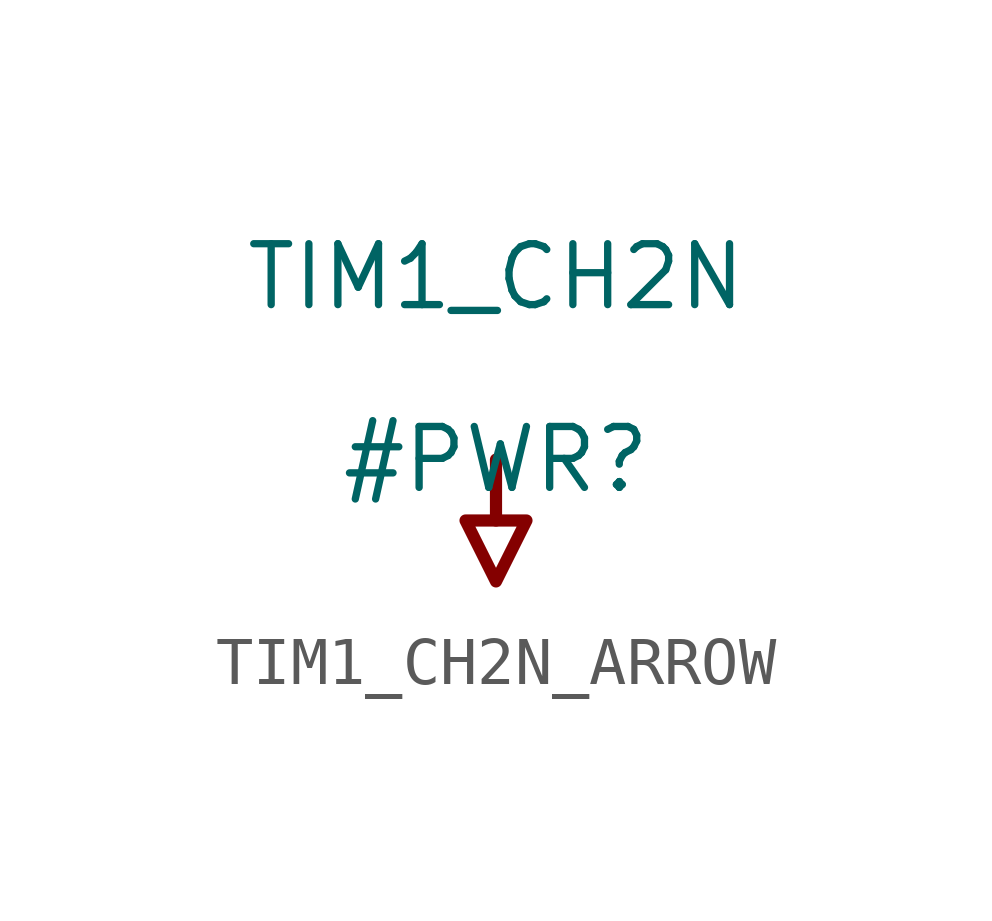
<source format=kicad_sym>
(kicad_symbol_lib
  (version 20231120)
  (generator "kicad_symbol_editor")
  (generator_version "8.0")
  (symbol "TIM1_CH2N_ARROW"
    (power)
    (property "Reference" "#PWR"
      (at 0 0 0)
      (effects (font (size 1.27 1.27))))
    (property "Value" "TIM1_CH2N"
      (at 0 3.81 0)
      (effects (font (size 1.27 1.27))))
    (symbol "TIM1_CH2N_ARROW_0_0"
      (polyline (pts (xy 0 0) (xy 0 -1.27)) (stroke (width 0.254) (type solid)) (fill (type none)))
      (polyline (pts (xy -0.635 -1.27) (xy 0.635 -1.27) (xy 0 -2.54) (xy -0.635 -1.27)) (stroke (width 0.254) (type solid)) (fill (type none)))
      (pin power_in line (at 0 0 0) (length 0) hide (name "TIM1_CH2N" (effects (font (size 1.27 1.27)))) (number "" (effects (font (size 1.27 1.27))))))))
</source>
